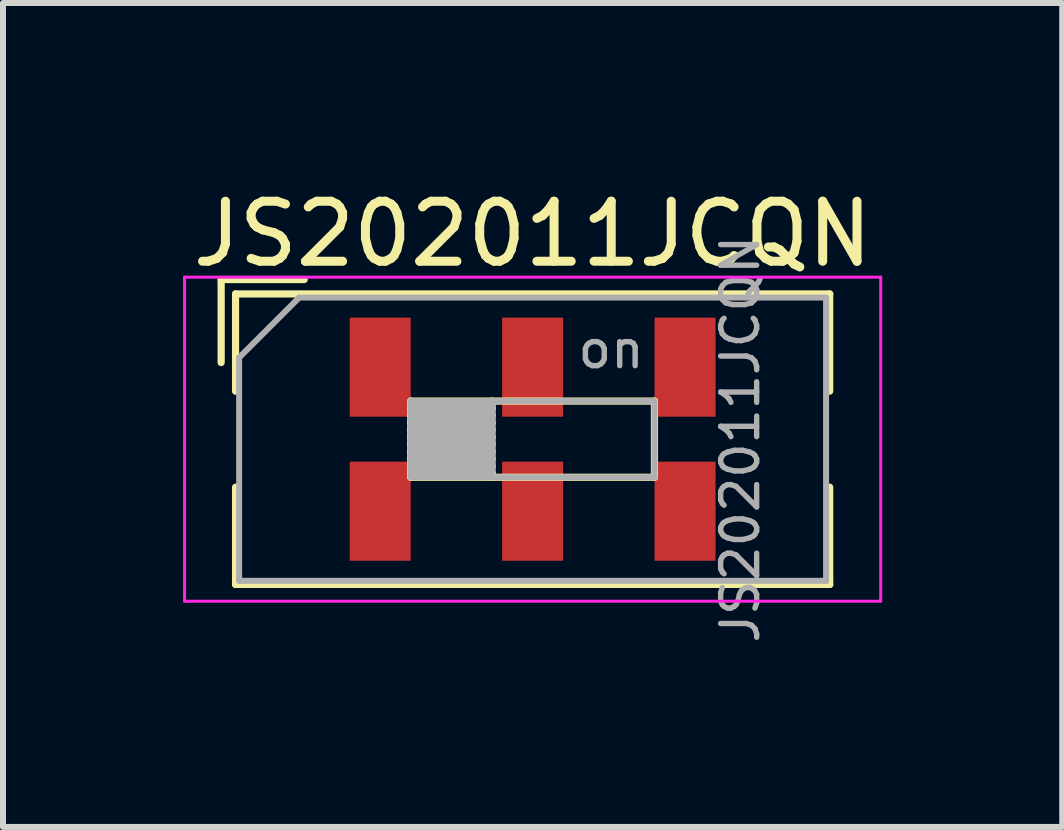
<source format=kicad_pcb>
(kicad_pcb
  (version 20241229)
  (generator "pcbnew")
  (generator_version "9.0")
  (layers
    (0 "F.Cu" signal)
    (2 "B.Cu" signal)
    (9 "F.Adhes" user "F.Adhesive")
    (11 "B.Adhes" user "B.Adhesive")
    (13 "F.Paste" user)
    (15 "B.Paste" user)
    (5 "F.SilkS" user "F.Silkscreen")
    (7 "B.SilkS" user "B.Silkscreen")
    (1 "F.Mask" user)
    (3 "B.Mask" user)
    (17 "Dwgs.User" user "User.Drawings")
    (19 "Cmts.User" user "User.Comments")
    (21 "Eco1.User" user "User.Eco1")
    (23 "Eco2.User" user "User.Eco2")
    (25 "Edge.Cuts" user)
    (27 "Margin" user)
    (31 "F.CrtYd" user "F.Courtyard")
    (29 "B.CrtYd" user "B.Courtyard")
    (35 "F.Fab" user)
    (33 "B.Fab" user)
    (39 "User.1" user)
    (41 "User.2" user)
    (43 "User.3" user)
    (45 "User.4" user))
  (footprint "JS202011JCQN"
    (layer "F.Cu")
    (at 5.825 4.268)
    (property "Reference" "JS202011JCQN" (at 0 -3.42 0) (layer "F.SilkS") (effects (font (size 1 1) (thickness 0.15))))
    (attr smd)
    (fp_line (start -5.19 -2.66) (end -5.19 -1.277) (stroke (width 0.12) (type solid)) (layer "F.SilkS"))
    (fp_line (start -5.19 -2.66) (end -3.806 -2.66) (stroke (width 0.12) (type solid)) (layer "F.SilkS"))
    (fp_line (start -4.95 -2.42) (end -4.95 -0.8) (stroke (width 0.12) (type solid)) (layer "F.SilkS"))
    (fp_line (start -4.95 -2.42) (end 4.95 -2.42) (stroke (width 0.12) (type solid)) (layer "F.SilkS"))
    (fp_line (start -4.95 0.8) (end -4.95 2.42) (stroke (width 0.12) (type solid)) (layer "F.SilkS"))
    (fp_line (start -4.95 2.42) (end 4.95 2.42) (stroke (width 0.12) (type solid)) (layer "F.SilkS"))
    (fp_line (start -2.03 -0.635) (end -2.03 0.635) (stroke (width 0.12) (type solid)) (layer "F.SilkS"))
    (fp_line (start -2.03 -0.515) (end -0.677 -0.515) (stroke (width 0.12) (type solid)) (layer "F.SilkS"))
    (fp_line (start -2.03 -0.395) (end -0.677 -0.395) (stroke (width 0.12) (type solid)) (layer "F.SilkS"))
    (fp_line (start -2.03 -0.275) (end -0.677 -0.275) (stroke (width 0.12) (type solid)) (layer "F.SilkS"))
    (fp_line (start -2.03 -0.155) (end -0.677 -0.155) (stroke (width 0.12) (type solid)) (layer "F.SilkS"))
    (fp_line (start -2.03 -0.035) (end -0.677 -0.035) (stroke (width 0.12) (type solid)) (layer "F.SilkS"))
    (fp_line (start -2.03 0.085) (end -0.677 0.085) (stroke (width 0.12) (type solid)) (layer "F.SilkS"))
    (fp_line (start -2.03 0.205) (end -0.677 0.205) (stroke (width 0.12) (type solid)) (layer "F.SilkS"))
    (fp_line (start -2.03 0.325) (end -0.677 0.325) (stroke (width 0.12) (type solid)) (layer "F.SilkS"))
    (fp_line (start -2.03 0.445) (end -0.677 0.445) (stroke (width 0.12) (type solid)) (layer "F.SilkS"))
    (fp_line (start -2.03 0.565) (end -0.677 0.565) (stroke (width 0.12) (type solid)) (layer "F.SilkS"))
    (fp_line (start -2.03 0.635) (end 2.03 0.635) (stroke (width 0.12) (type solid)) (layer "F.SilkS"))
    (fp_line (start -0.677 -0.635) (end -0.677 0.635) (stroke (width 0.12) (type solid)) (layer "F.SilkS"))
    (fp_line (start 2.03 -0.635) (end -2.03 -0.635) (stroke (width 0.12) (type solid)) (layer "F.SilkS"))
    (fp_line (start 2.03 0.635) (end 2.03 -0.635) (stroke (width 0.12) (type solid)) (layer "F.SilkS"))
    (fp_line (start 4.95 -2.42) (end 4.95 -0.8) (stroke (width 0.12) (type solid)) (layer "F.SilkS"))
    (fp_line (start 4.95 0.8) (end 4.95 2.42) (stroke (width 0.12) (type solid)) (layer "F.SilkS"))
    (fp_line (start -5.8 -2.7) (end -5.8 2.7) (stroke (width 0.05) (type solid)) (layer "F.CrtYd"))
    (fp_line (start -5.8 2.7) (end 5.8 2.7) (stroke (width 0.05) (type solid)) (layer "F.CrtYd"))
    (fp_line (start 5.8 -2.7) (end -5.8 -2.7) (stroke (width 0.05) (type solid)) (layer "F.CrtYd"))
    (fp_line (start 5.8 2.7) (end 5.8 -2.7) (stroke (width 0.05) (type solid)) (layer "F.CrtYd"))
    (fp_line (start -4.89 -1.36) (end -3.89 -2.36) (stroke (width 0.1) (type solid)) (layer "F.Fab"))
    (fp_line (start -4.89 2.36) (end -4.89 -1.36) (stroke (width 0.1) (type solid)) (layer "F.Fab"))
    (fp_line (start -3.89 -2.36) (end 4.89 -2.36) (stroke (width 0.1) (type solid)) (layer "F.Fab"))
    (fp_line (start -2.03 -0.635) (end -2.03 0.635) (stroke (width 0.1) (type solid)) (layer "F.Fab"))
    (fp_line (start -2.03 -0.535) (end -0.677 -0.535) (stroke (width 0.1) (type solid)) (layer "F.Fab"))
    (fp_line (start -2.03 -0.435) (end -0.677 -0.435) (stroke (width 0.1) (type solid)) (layer "F.Fab"))
    (fp_line (start -2.03 -0.335) (end -0.677 -0.335) (stroke (width 0.1) (type solid)) (layer "F.Fab"))
    (fp_line (start -2.03 -0.235) (end -0.677 -0.235) (stroke (width 0.1) (type solid)) (layer "F.Fab"))
    (fp_line (start -2.03 -0.135) (end -0.677 -0.135) (stroke (width 0.1) (type solid)) (layer "F.Fab"))
    (fp_line (start -2.03 -0.035) (end -0.677 -0.035) (stroke (width 0.1) (type solid)) (layer "F.Fab"))
    (fp_line (start -2.03 0.065) (end -0.677 0.065) (stroke (width 0.1) (type solid)) (layer "F.Fab"))
    (fp_line (start -2.03 0.165) (end -0.677 0.165) (stroke (width 0.1) (type solid)) (layer "F.Fab"))
    (fp_line (start -2.03 0.265) (end -0.677 0.265) (stroke (width 0.1) (type solid)) (layer "F.Fab"))
    (fp_line (start -2.03 0.365) (end -0.677 0.365) (stroke (width 0.1) (type solid)) (layer "F.Fab"))
    (fp_line (start -2.03 0.465) (end -0.677 0.465) (stroke (width 0.1) (type solid)) (layer "F.Fab"))
    (fp_line (start -2.03 0.565) (end -0.677 0.565) (stroke (width 0.1) (type solid)) (layer "F.Fab"))
    (fp_line (start -2.03 0.635) (end 2.03 0.635) (stroke (width 0.1) (type solid)) (layer "F.Fab"))
    (fp_line (start -0.677 -0.635) (end -0.677 0.635) (stroke (width 0.1) (type solid)) (layer "F.Fab"))
    (fp_line (start 2.03 -0.635) (end -2.03 -0.635) (stroke (width 0.1) (type solid)) (layer "F.Fab"))
    (fp_line (start 2.03 0.635) (end 2.03 -0.635) (stroke (width 0.1) (type solid)) (layer "F.Fab"))
    (fp_line (start 4.89 -2.36) (end 4.89 2.36) (stroke (width 0.1) (type solid)) (layer "F.Fab"))
    (fp_line (start 4.89 2.36) (end -4.89 2.36) (stroke (width 0.1) (type solid)) (layer "F.Fab"))
    (fp_text user "${REFERENCE}" (at 3.46 0 90) (layer "F.Fab") (effects (font (size 0.6 0.6) (thickness 0.09))))
    (fp_text user "on" (at 1.308 -1.498 0) (layer "F.Fab") (effects (font (size 0.6 0.6) (thickness 0.09))))
    (pad "1" smd rect (at -2.54 -1.2) (size 1.016 1.651) (layers "F.Cu" "F.Mask" "F.Paste"))
    (pad "2" smd rect (at 0 -1.2) (size 1.016 1.651) (layers "F.Cu" "F.Mask" "F.Paste"))
    (pad "3" smd rect (at 2.54 -1.2) (size 1.016 1.651) (layers "F.Cu" "F.Mask" "F.Paste"))
    (pad "5" smd rect (at -2.54 1.2) (size 1.016 1.651) (layers "F.Cu" "F.Mask" "F.Paste"))
    (pad "6" smd rect (at 0 1.2) (size 1.016 1.651) (layers "F.Cu" "F.Mask" "F.Paste"))
    (pad "7" smd rect (at 2.54 1.2) (size 1.016 1.651) (layers "F.Cu" "F.Mask" "F.Paste")))
  (gr_rect
    (start -3 -3)
    (end 14.65 10.729)
    (stroke (width 0.1) (type default))
    (fill no)
    (layer "Edge.Cuts")))
</source>
